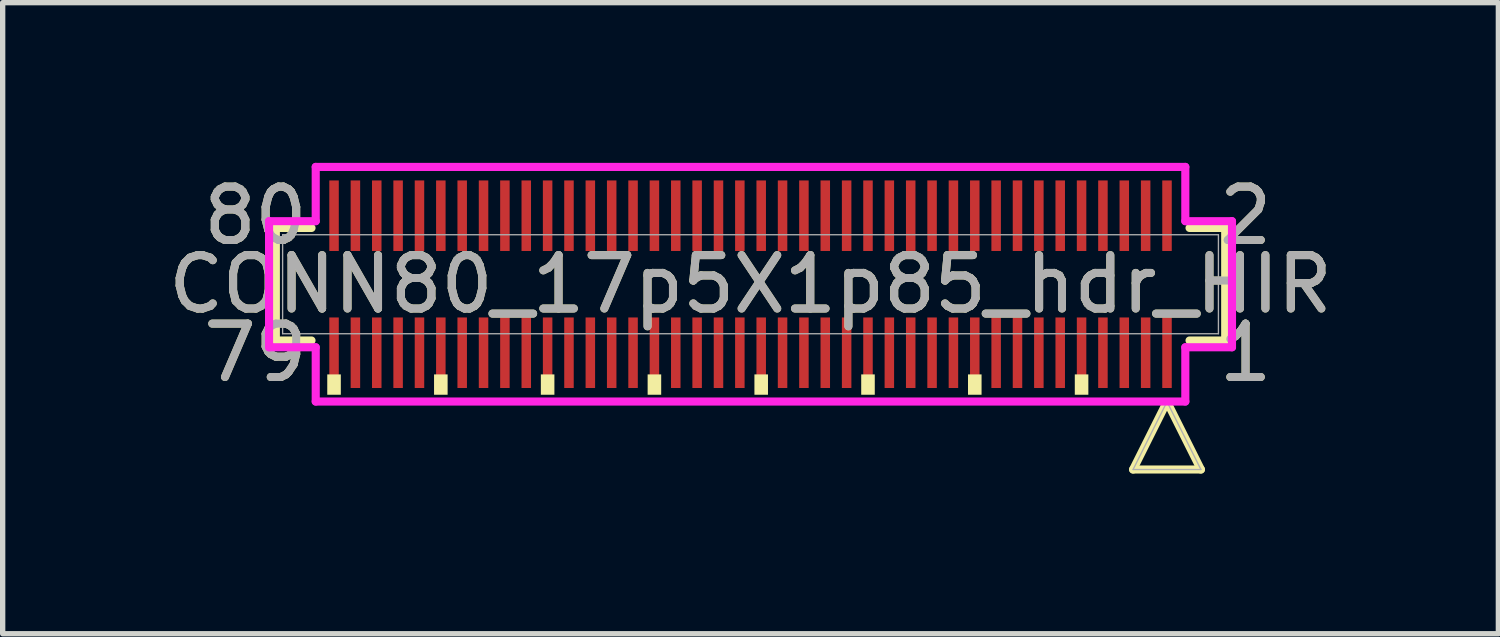
<source format=kicad_pcb>
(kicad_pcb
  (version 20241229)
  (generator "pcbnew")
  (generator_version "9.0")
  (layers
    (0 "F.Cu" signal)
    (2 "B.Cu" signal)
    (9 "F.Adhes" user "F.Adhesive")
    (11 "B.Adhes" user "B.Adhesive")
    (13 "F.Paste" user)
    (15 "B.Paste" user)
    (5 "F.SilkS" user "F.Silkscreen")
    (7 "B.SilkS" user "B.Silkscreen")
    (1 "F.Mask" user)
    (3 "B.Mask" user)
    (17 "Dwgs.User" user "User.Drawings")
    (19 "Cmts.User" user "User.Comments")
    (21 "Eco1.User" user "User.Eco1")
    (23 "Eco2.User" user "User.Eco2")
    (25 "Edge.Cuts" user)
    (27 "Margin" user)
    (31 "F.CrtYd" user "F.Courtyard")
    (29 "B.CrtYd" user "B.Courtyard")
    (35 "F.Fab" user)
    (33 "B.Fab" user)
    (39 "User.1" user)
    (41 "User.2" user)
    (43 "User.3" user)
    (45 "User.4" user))
  (footprint "CONN80_17p5X1p85_hdr_HIR"
    (layer "F.Cu")
    (at 11.006 2.273)
    (property "Reference" "CONN80_17p5X1p85_hdr_HIR" (at 0 0 0) (unlocked yes) (layer "F.SilkS") (effects (font (size 1 1) (thickness 0.15))))
    (attr smd)
    (fp_line (start -8.89 -1.054) (end -8.89 1.054) (stroke (width 0.152) (type solid)) (layer "F.SilkS"))
    (fp_line (start -8.89 1.054) (end -8.222 1.054) (stroke (width 0.152) (type solid)) (layer "F.SilkS"))
    (fp_line (start -8.222 -1.054) (end -8.89 -1.054) (stroke (width 0.152) (type solid)) (layer "F.SilkS"))
    (fp_line (start 7.165 3.47) (end 8.435 3.47) (stroke (width 0.152) (type solid)) (layer "F.SilkS"))
    (fp_line (start 7.762 2.276) (end 7.165 3.47) (stroke (width 0.152) (type solid)) (layer "F.SilkS"))
    (fp_line (start 8.222 1.054) (end 8.89 1.054) (stroke (width 0.152) (type solid)) (layer "F.SilkS"))
    (fp_line (start 8.435 3.47) (end 7.838 2.276) (stroke (width 0.152) (type solid)) (layer "F.SilkS"))
    (fp_line (start 8.89 -1.054) (end 8.222 -1.054) (stroke (width 0.152) (type solid)) (layer "F.SilkS"))
    (fp_line (start 8.89 1.054) (end 8.89 -1.054) (stroke (width 0.152) (type solid)) (layer "F.SilkS"))
    (fp_poly (pts (xy -7.927 1.689) (xy -7.927 2.07) (xy -7.673 2.07) (xy -7.673 1.689)) (stroke (width 0) (type solid)) (fill yes) (layer "F.SilkS"))
    (fp_poly (pts (xy -5.927 1.689) (xy -5.927 2.07) (xy -5.673 2.07) (xy -5.673 1.689)) (stroke (width 0) (type solid)) (fill yes) (layer "F.SilkS"))
    (fp_poly (pts (xy -3.927 1.689) (xy -3.927 2.07) (xy -3.673 2.07) (xy -3.673 1.689)) (stroke (width 0) (type solid)) (fill yes) (layer "F.SilkS"))
    (fp_poly (pts (xy -1.927 1.689) (xy -1.927 2.07) (xy -1.673 2.07) (xy -1.673 1.689)) (stroke (width 0) (type solid)) (fill yes) (layer "F.SilkS"))
    (fp_poly (pts (xy 0.073 1.689) (xy 0.073 2.07) (xy 0.327 2.07) (xy 0.327 1.689)) (stroke (width 0) (type solid)) (fill yes) (layer "F.SilkS"))
    (fp_poly (pts (xy 2.073 1.689) (xy 2.073 2.07) (xy 2.327 2.07) (xy 2.327 1.689)) (stroke (width 0) (type solid)) (fill yes) (layer "F.SilkS"))
    (fp_poly (pts (xy 4.073 1.689) (xy 4.073 2.07) (xy 4.327 2.07) (xy 4.327 1.689)) (stroke (width 0) (type solid)) (fill yes) (layer "F.SilkS"))
    (fp_poly (pts (xy 6.073 1.689) (xy 6.073 2.07) (xy 6.327 2.07) (xy 6.327 1.689)) (stroke (width 0) (type solid)) (fill yes) (layer "F.SilkS"))
    (fp_line (start -9.017 -1.181) (end -8.143 -1.181) (stroke (width 0.152) (type solid)) (layer "F.CrtYd"))
    (fp_line (start -9.017 1.181) (end -9.017 -1.181) (stroke (width 0.152) (type solid)) (layer "F.CrtYd"))
    (fp_line (start -8.143 -1.181) (end -8.143 -2.197) (stroke (width 0.152) (type solid)) (layer "F.CrtYd"))
    (fp_line (start -8.143 1.181) (end -9.017 1.181) (stroke (width 0.152) (type solid)) (layer "F.CrtYd"))
    (fp_line (start -8.143 2.197) (end -8.143 1.181) (stroke (width 0.152) (type solid)) (layer "F.CrtYd"))
    (fp_line (start -8.143 2.197) (end 8.143 2.197) (stroke (width 0.152) (type solid)) (layer "F.CrtYd"))
    (fp_line (start 8.143 -2.197) (end -8.143 -2.197) (stroke (width 0.152) (type solid)) (layer "F.CrtYd"))
    (fp_line (start 8.143 -2.197) (end 8.143 -1.181) (stroke (width 0.152) (type solid)) (layer "F.CrtYd"))
    (fp_line (start 8.143 -1.181) (end 9.017 -1.181) (stroke (width 0.152) (type solid)) (layer "F.CrtYd"))
    (fp_line (start 8.143 1.181) (end 8.143 2.197) (stroke (width 0.152) (type solid)) (layer "F.CrtYd"))
    (fp_line (start 9.017 -1.181) (end 9.017 1.181) (stroke (width 0.152) (type solid)) (layer "F.CrtYd"))
    (fp_line (start 9.017 1.181) (end 8.143 1.181) (stroke (width 0.152) (type solid)) (layer "F.CrtYd"))
    (fp_line (start -8.763 -0.927) (end -8.763 0.927) (stroke (width 0.025) (type solid)) (layer "F.Fab"))
    (fp_line (start -8.763 0.927) (end 8.763 0.927) (stroke (width 0.025) (type solid)) (layer "F.Fab"))
    (fp_line (start 7.165 3.47) (end 8.435 3.47) (stroke (width 0.025) (type solid)) (layer "F.Fab"))
    (fp_line (start 7.8 2.2) (end 7.165 3.47) (stroke (width 0.025) (type solid)) (layer "F.Fab"))
    (fp_line (start 8.435 3.47) (end 7.8 2.2) (stroke (width 0.025) (type solid)) (layer "F.Fab"))
    (fp_line (start 8.763 -0.927) (end -8.763 -0.927) (stroke (width 0.025) (type solid)) (layer "F.Fab"))
    (fp_line (start 8.763 0.927) (end 8.763 -0.927) (stroke (width 0.025) (type solid)) (layer "F.Fab"))
    (fp_text user "1" (at 9.271 1.283 0) (unlocked yes) (layer "F.SilkS") (effects (font (size 1 1) (thickness 0.15))))
    (fp_text user "79" (at -9.271 1.283 0) (unlocked yes) (layer "F.SilkS") (effects (font (size 1 1) (thickness 0.15))))
    (fp_text user "2" (at 9.271 -1.283 0) (unlocked yes) (layer "F.SilkS") (effects (font (size 1 1) (thickness 0.15))))
    (fp_text user "80" (at -9.271 -1.283 0) (unlocked yes) (layer "F.SilkS") (effects (font (size 1 1) (thickness 0.15))))
    (fp_text user "2" (at 9.271 -1.283 0) (unlocked yes) (layer "F.Fab") (effects (font (size 1 1) (thickness 0.15))))
    (fp_text user "80" (at -9.271 -1.283 0) (unlocked yes) (layer "F.Fab") (effects (font (size 1 1) (thickness 0.15))))
    (fp_text user "79" (at -9.271 1.283 0) (unlocked yes) (layer "F.Fab") (effects (font (size 1 1) (thickness 0.15))))
    (fp_text user "${REFERENCE}" (at 0 0 0) (unlocked yes) (layer "F.Fab") (effects (font (size 1 1) (thickness 0.15))))
    (fp_text user "1" (at 9.271 1.283 0) (unlocked yes) (layer "F.Fab") (effects (font (size 1 1) (thickness 0.15))))
    (pad "1" smd rect (at 7.8 1.283) (size 0.178 1.321) (layers "F.Cu" "F.Mask" "F.Paste"))
    (pad "2" smd rect (at 7.8 -1.283) (size 0.178 1.321) (layers "F.Cu" "F.Mask" "F.Paste"))
    (pad "3" smd rect (at 7.4 1.283) (size 0.178 1.321) (layers "F.Cu" "F.Mask" "F.Paste"))
    (pad "4" smd rect (at 7.4 -1.283) (size 0.178 1.321) (layers "F.Cu" "F.Mask" "F.Paste"))
    (pad "5" smd rect (at 7 1.283) (size 0.178 1.321) (layers "F.Cu" "F.Mask" "F.Paste"))
    (pad "6" smd rect (at 7 -1.283) (size 0.178 1.321) (layers "F.Cu" "F.Mask" "F.Paste"))
    (pad "7" smd rect (at 6.6 1.283) (size 0.178 1.321) (layers "F.Cu" "F.Mask" "F.Paste"))
    (pad "8" smd rect (at 6.6 -1.283) (size 0.178 1.321) (layers "F.Cu" "F.Mask" "F.Paste"))
    (pad "9" smd rect (at 6.2 1.283) (size 0.178 1.321) (layers "F.Cu" "F.Mask" "F.Paste"))
    (pad "10" smd rect (at 6.2 -1.283) (size 0.178 1.321) (layers "F.Cu" "F.Mask" "F.Paste"))
    (pad "11" smd rect (at 5.8 1.283) (size 0.178 1.321) (layers "F.Cu" "F.Mask" "F.Paste"))
    (pad "12" smd rect (at 5.8 -1.283) (size 0.178 1.321) (layers "F.Cu" "F.Mask" "F.Paste"))
    (pad "13" smd rect (at 5.4 1.283) (size 0.178 1.321) (layers "F.Cu" "F.Mask" "F.Paste"))
    (pad "14" smd rect (at 5.4 -1.283) (size 0.178 1.321) (layers "F.Cu" "F.Mask" "F.Paste"))
    (pad "15" smd rect (at 5 1.283) (size 0.178 1.321) (layers "F.Cu" "F.Mask" "F.Paste"))
    (pad "16" smd rect (at 5 -1.283) (size 0.178 1.321) (layers "F.Cu" "F.Mask" "F.Paste"))
    (pad "17" smd rect (at 4.6 1.283) (size 0.178 1.321) (layers "F.Cu" "F.Mask" "F.Paste"))
    (pad "18" smd rect (at 4.6 -1.283) (size 0.178 1.321) (layers "F.Cu" "F.Mask" "F.Paste"))
    (pad "19" smd rect (at 4.2 1.283) (size 0.178 1.321) (layers "F.Cu" "F.Mask" "F.Paste"))
    (pad "20" smd rect (at 4.2 -1.283) (size 0.178 1.321) (layers "F.Cu" "F.Mask" "F.Paste"))
    (pad "21" smd rect (at 3.8 1.283) (size 0.178 1.321) (layers "F.Cu" "F.Mask" "F.Paste"))
    (pad "22" smd rect (at 3.8 -1.283) (size 0.178 1.321) (layers "F.Cu" "F.Mask" "F.Paste"))
    (pad "23" smd rect (at 3.4 1.283) (size 0.178 1.321) (layers "F.Cu" "F.Mask" "F.Paste"))
    (pad "24" smd rect (at 3.4 -1.283) (size 0.178 1.321) (layers "F.Cu" "F.Mask" "F.Paste"))
    (pad "25" smd rect (at 3 1.283) (size 0.178 1.321) (layers "F.Cu" "F.Mask" "F.Paste"))
    (pad "26" smd rect (at 3 -1.283) (size 0.178 1.321) (layers "F.Cu" "F.Mask" "F.Paste"))
    (pad "27" smd rect (at 2.6 1.283) (size 0.178 1.321) (layers "F.Cu" "F.Mask" "F.Paste"))
    (pad "28" smd rect (at 2.6 -1.283) (size 0.178 1.321) (layers "F.Cu" "F.Mask" "F.Paste"))
    (pad "29" smd rect (at 2.2 1.283) (size 0.178 1.321) (layers "F.Cu" "F.Mask" "F.Paste"))
    (pad "30" smd rect (at 2.2 -1.283) (size 0.178 1.321) (layers "F.Cu" "F.Mask" "F.Paste"))
    (pad "31" smd rect (at 1.8 1.283) (size 0.178 1.321) (layers "F.Cu" "F.Mask" "F.Paste"))
    (pad "32" smd rect (at 1.8 -1.283) (size 0.178 1.321) (layers "F.Cu" "F.Mask" "F.Paste"))
    (pad "33" smd rect (at 1.4 1.283) (size 0.178 1.321) (layers "F.Cu" "F.Mask" "F.Paste"))
    (pad "34" smd rect (at 1.4 -1.283) (size 0.178 1.321) (layers "F.Cu" "F.Mask" "F.Paste"))
    (pad "35" smd rect (at 1 1.283) (size 0.178 1.321) (layers "F.Cu" "F.Mask" "F.Paste"))
    (pad "36" smd rect (at 1 -1.283) (size 0.178 1.321) (layers "F.Cu" "F.Mask" "F.Paste"))
    (pad "37" smd rect (at 0.6 1.283) (size 0.178 1.321) (layers "F.Cu" "F.Mask" "F.Paste"))
    (pad "38" smd rect (at 0.6 -1.283) (size 0.178 1.321) (layers "F.Cu" "F.Mask" "F.Paste"))
    (pad "39" smd rect (at 0.2 1.283) (size 0.178 1.321) (layers "F.Cu" "F.Mask" "F.Paste"))
    (pad "40" smd rect (at 0.2 -1.283) (size 0.178 1.321) (layers "F.Cu" "F.Mask" "F.Paste"))
    (pad "41" smd rect (at -0.2 1.283) (size 0.178 1.321) (layers "F.Cu" "F.Mask" "F.Paste"))
    (pad "42" smd rect (at -0.2 -1.283) (size 0.178 1.321) (layers "F.Cu" "F.Mask" "F.Paste"))
    (pad "43" smd rect (at -0.6 1.283) (size 0.178 1.321) (layers "F.Cu" "F.Mask" "F.Paste"))
    (pad "44" smd rect (at -0.6 -1.283) (size 0.178 1.321) (layers "F.Cu" "F.Mask" "F.Paste"))
    (pad "45" smd rect (at -1 1.283) (size 0.178 1.321) (layers "F.Cu" "F.Mask" "F.Paste"))
    (pad "46" smd rect (at -1 -1.283) (size 0.178 1.321) (layers "F.Cu" "F.Mask" "F.Paste"))
    (pad "47" smd rect (at -1.4 1.283) (size 0.178 1.321) (layers "F.Cu" "F.Mask" "F.Paste"))
    (pad "48" smd rect (at -1.4 -1.283) (size 0.178 1.321) (layers "F.Cu" "F.Mask" "F.Paste"))
    (pad "49" smd rect (at -1.8 1.283) (size 0.178 1.321) (layers "F.Cu" "F.Mask" "F.Paste"))
    (pad "50" smd rect (at -1.8 -1.283) (size 0.178 1.321) (layers "F.Cu" "F.Mask" "F.Paste"))
    (pad "51" smd rect (at -2.2 1.283) (size 0.178 1.321) (layers "F.Cu" "F.Mask" "F.Paste"))
    (pad "52" smd rect (at -2.2 -1.283) (size 0.178 1.321) (layers "F.Cu" "F.Mask" "F.Paste"))
    (pad "53" smd rect (at -2.6 1.283) (size 0.178 1.321) (layers "F.Cu" "F.Mask" "F.Paste"))
    (pad "54" smd rect (at -2.6 -1.283) (size 0.178 1.321) (layers "F.Cu" "F.Mask" "F.Paste"))
    (pad "55" smd rect (at -3 1.283) (size 0.178 1.321) (layers "F.Cu" "F.Mask" "F.Paste"))
    (pad "56" smd rect (at -3 -1.283) (size 0.178 1.321) (layers "F.Cu" "F.Mask" "F.Paste"))
    (pad "57" smd rect (at -3.4 1.283) (size 0.178 1.321) (layers "F.Cu" "F.Mask" "F.Paste"))
    (pad "58" smd rect (at -3.4 -1.283) (size 0.178 1.321) (layers "F.Cu" "F.Mask" "F.Paste"))
    (pad "59" smd rect (at -3.8 1.283) (size 0.178 1.321) (layers "F.Cu" "F.Mask" "F.Paste"))
    (pad "60" smd rect (at -3.8 -1.283) (size 0.178 1.321) (layers "F.Cu" "F.Mask" "F.Paste"))
    (pad "61" smd rect (at -4.2 1.283) (size 0.178 1.321) (layers "F.Cu" "F.Mask" "F.Paste"))
    (pad "62" smd rect (at -4.2 -1.283) (size 0.178 1.321) (layers "F.Cu" "F.Mask" "F.Paste"))
    (pad "63" smd rect (at -4.6 1.283) (size 0.178 1.321) (layers "F.Cu" "F.Mask" "F.Paste"))
    (pad "64" smd rect (at -4.6 -1.283) (size 0.178 1.321) (layers "F.Cu" "F.Mask" "F.Paste"))
    (pad "65" smd rect (at -5 1.283) (size 0.178 1.321) (layers "F.Cu" "F.Mask" "F.Paste"))
    (pad "66" smd rect (at -5 -1.283) (size 0.178 1.321) (layers "F.Cu" "F.Mask" "F.Paste"))
    (pad "67" smd rect (at -5.4 1.283) (size 0.178 1.321) (layers "F.Cu" "F.Mask" "F.Paste"))
    (pad "68" smd rect (at -5.4 -1.283) (size 0.178 1.321) (layers "F.Cu" "F.Mask" "F.Paste"))
    (pad "69" smd rect (at -5.8 1.283) (size 0.178 1.321) (layers "F.Cu" "F.Mask" "F.Paste"))
    (pad "70" smd rect (at -5.8 -1.283) (size 0.178 1.321) (layers "F.Cu" "F.Mask" "F.Paste"))
    (pad "71" smd rect (at -6.2 1.283) (size 0.178 1.321) (layers "F.Cu" "F.Mask" "F.Paste"))
    (pad "72" smd rect (at -6.2 -1.283) (size 0.178 1.321) (layers "F.Cu" "F.Mask" "F.Paste"))
    (pad "73" smd rect (at -6.6 1.283) (size 0.178 1.321) (layers "F.Cu" "F.Mask" "F.Paste"))
    (pad "74" smd rect (at -6.6 -1.283) (size 0.178 1.321) (layers "F.Cu" "F.Mask" "F.Paste"))
    (pad "75" smd rect (at -7 1.283) (size 0.178 1.321) (layers "F.Cu" "F.Mask" "F.Paste"))
    (pad "76" smd rect (at -7 -1.283) (size 0.178 1.321) (layers "F.Cu" "F.Mask" "F.Paste"))
    (pad "77" smd rect (at -7.4 1.283) (size 0.178 1.321) (layers "F.Cu" "F.Mask" "F.Paste"))
    (pad "78" smd rect (at -7.4 -1.283) (size 0.178 1.321) (layers "F.Cu" "F.Mask" "F.Paste"))
    (pad "79" smd rect (at -7.8 1.283) (size 0.178 1.321) (layers "F.Cu" "F.Mask" "F.Paste"))
    (pad "80" smd rect (at -7.8 -1.283) (size 0.178 1.321) (layers "F.Cu" "F.Mask" "F.Paste")))
  (gr_rect
    (start -3 -3)
    (end 25.012 8.819)
    (stroke (width 0.1) (type default))
    (fill no)
    (layer "Edge.Cuts")))
</source>
